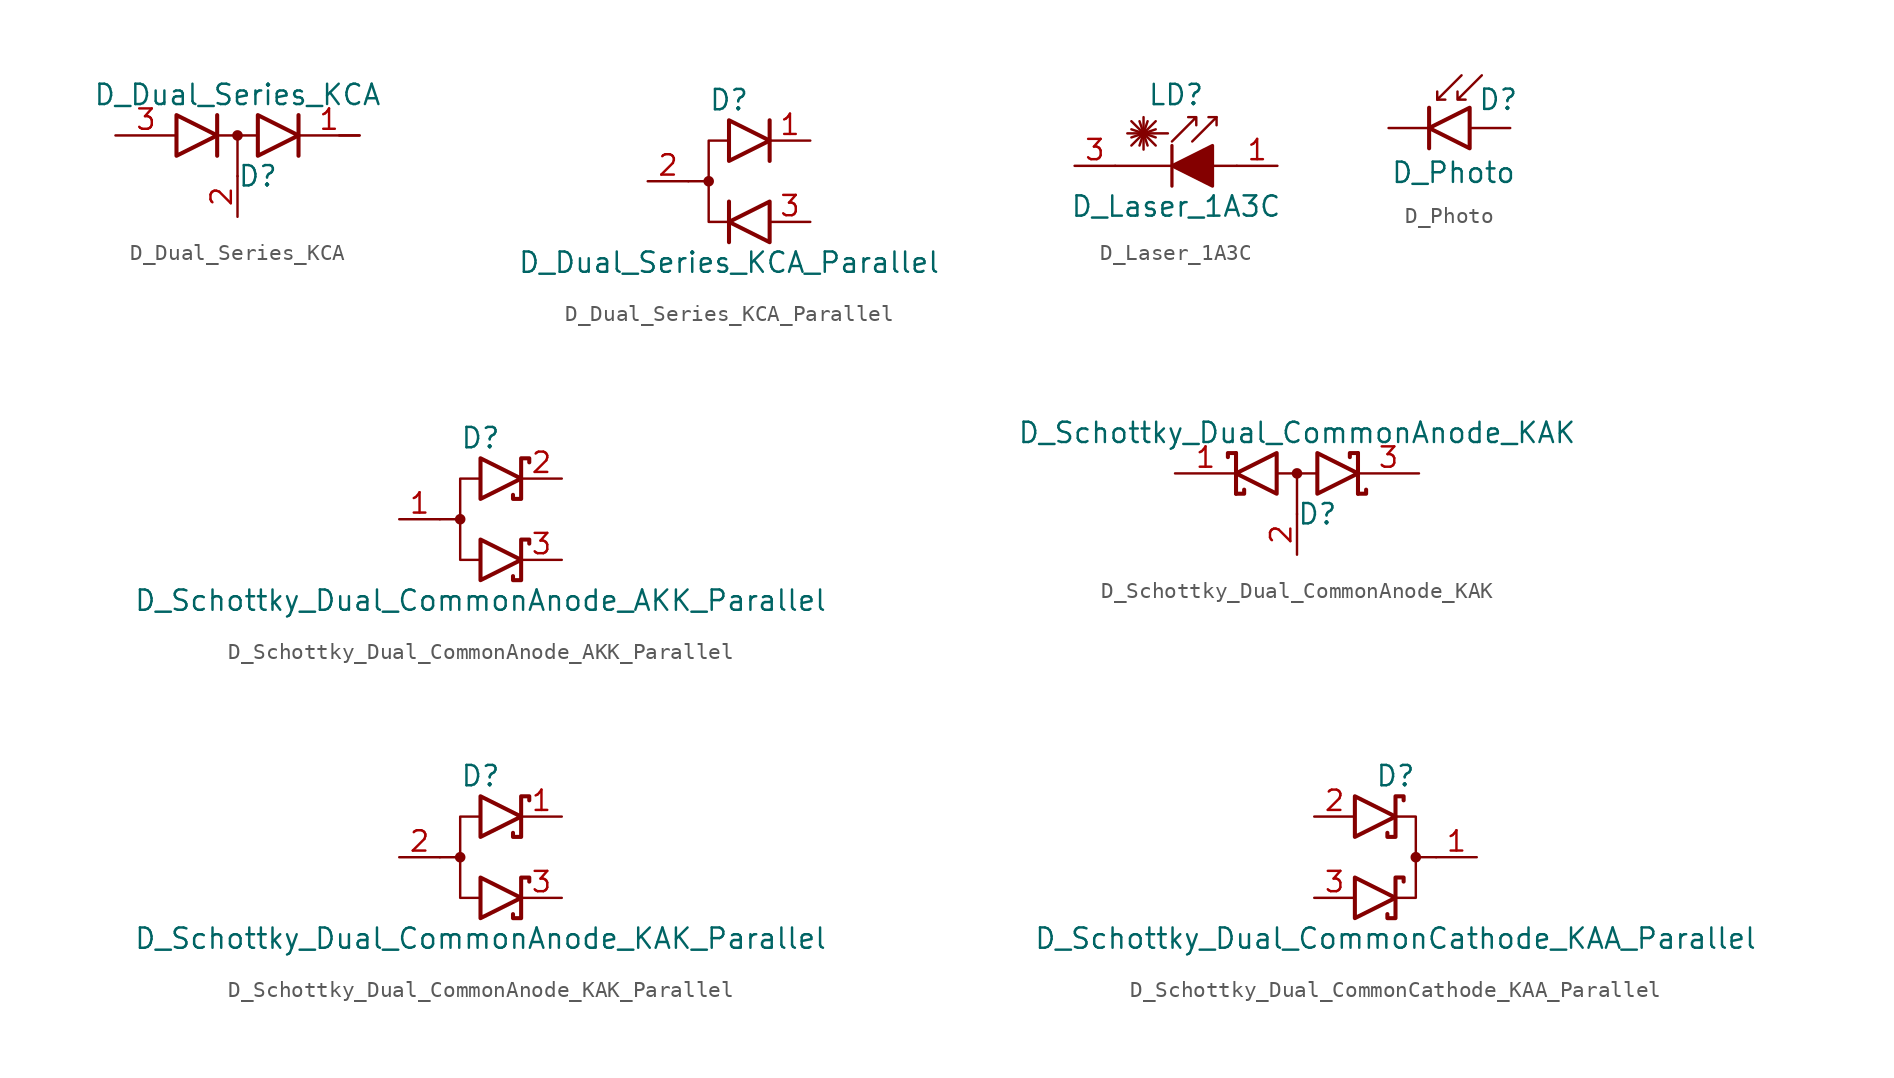
<source format=kicad_sym>
(kicad_symbol_lib
  (version 20241209)
  (generator "kicad_symbol_editor")
  (generator_version "9.0")
  (symbol "D_Dual_Series_KCA"
    (pin_names
      (offset 0.762)
      (hide yes))
    (property "Reference" "D"
      (at 1.27 -2.54 0)
      (effects (font (size 1.27 1.27))))
    (property "Value" "D_Dual_Series_KCA"
      (at 0 2.54 0)
      (effects (font (size 1.27 1.27))))
    (symbol "D_Dual_Series_KCA_0_1"
      (polyline (pts (xy -3.81 1.27) (xy -1.27 0) (xy -3.81 -1.27) (xy -3.81 1.27) (xy -3.81 1.27) (xy -3.81 1.27)) (stroke (width 0.254) (type default)) (fill (type none)))
      (polyline (pts (xy -1.27 -1.27) (xy -1.27 1.27) (xy -1.27 1.27)) (stroke (width 0.254) (type default)) (fill (type none)))
      (polyline (pts (xy 0 0) (xy 0 -2.54)) (stroke (width 0) (type default)) (fill (type none)))
      (circle (center 0 0) (radius 0.254) (stroke (width 0) (type default)) (fill (type outline)))
      (polyline (pts (xy 1.27 1.27) (xy 3.81 0) (xy 1.27 -1.27) (xy 1.27 1.27) (xy 1.27 1.27) (xy 1.27 1.27)) (stroke (width 0.254) (type default)) (fill (type none)))
      (polyline (pts (xy 1.27 0) (xy -1.27 0)) (stroke (width 0) (type default)) (fill (type none)))
      (polyline (pts (xy 3.81 1.27) (xy 3.81 -1.27) (xy 3.81 -1.27)) (stroke (width 0.254) (type default)) (fill (type none)))
      (polyline (pts (xy 6.35 0) (xy 7.62 0)) (stroke (width 0) (type default)) (fill (type none)))
      (pin passive line (at -7.62 0 0) (length 3.81) (name "A" (effects (font (size 1.27 1.27)))) (number "3" (effects (font (size 1.27 1.27)))))
      (pin passive line (at 0 -5.08 90) (length 2.54) (name "common" (effects (font (size 1.27 1.27)))) (number "2" (effects (font (size 1.27 1.27)))))
      (pin passive line (at 7.62 0 180) (length 3.81) (name "K" (effects (font (size 1.27 1.27)))) (number "1" (effects (font (size 1.27 1.27)))))))
  (symbol "D_Dual_Series_KCA_Parallel"
    (pin_names
      (offset 0.762)
      (hide yes))
    (property "Reference" "D"
      (at 0 5.08 0)
      (effects (font (size 1.27 1.27))))
    (property "Value" "D_Dual_Series_KCA_Parallel"
      (at 0 -5.08 0)
      (effects (font (size 1.27 1.27))))
    (symbol "D_Dual_Series_KCA_Parallel_0_0"
      (polyline (pts (xy 0 -1.27) (xy 0 -3.81)) (stroke (width 0.254) (type default)) (fill (type none)))
      (polyline (pts (xy 2.54 3.81) (xy 2.54 1.27)) (stroke (width 0.254) (type default)) (fill (type none))))
    (symbol "D_Dual_Series_KCA_Parallel_0_1"
      (circle (center -1.27 0) (radius 0.254) (stroke (width 0) (type default)) (fill (type outline)))
      (polyline (pts (xy -1.27 0) (xy -2.54 0)) (stroke (width 0) (type default)) (fill (type none)))
      (polyline (pts (xy 0 3.81) (xy 2.54 2.54) (xy 0 1.27) (xy 0 3.81) (xy 0 3.81) (xy 0 3.81)) (stroke (width 0.254) (type default)) (fill (type none)))
      (polyline (pts (xy 0 2.54) (xy -1.27 2.54) (xy -1.27 -2.54) (xy 0 -2.54)) (stroke (width 0) (type default)) (fill (type none)))
      (polyline (pts (xy 2.54 -1.27) (xy 0 -2.54) (xy 2.54 -3.81) (xy 2.54 -1.27) (xy 2.54 -1.27) (xy 2.54 -1.27)) (stroke (width 0.254) (type default)) (fill (type none)))
      (pin passive line (at -5.08 0 0) (length 2.54) (name "common" (effects (font (size 1.27 1.27)))) (number "2" (effects (font (size 1.27 1.27)))))
      (pin passive line (at 5.08 2.54 180) (length 2.54) (name "K" (effects (font (size 1.27 1.27)))) (number "1" (effects (font (size 1.27 1.27)))))
      (pin passive line (at 5.08 -2.54 180) (length 2.54) (name "A" (effects (font (size 1.27 1.27)))) (number "3" (effects (font (size 1.27 1.27)))))))
  (symbol "D_Laser_1A3C"
    (pin_names
      (offset 1.016)
      (hide yes))
    (property "Reference" "LD"
      (at -1.27 4.445 0)
      (effects (font (size 1.27 1.27))))
    (property "Value" "D_Laser_1A3C"
      (at -1.27 -2.54 0)
      (effects (font (size 1.27 1.27))))
    (symbol "D_Laser_1A3C_0_1"
      (polyline (pts (xy -4.064 2.794) (xy -2.54 1.27)) (stroke (width 0) (type default)) (fill (type none)))
      (polyline (pts (xy -4.064 2.286) (xy -2.54 1.778)) (stroke (width 0) (type default)) (fill (type none)))
      (polyline (pts (xy -4.064 1.778) (xy -2.54 2.286)) (stroke (width 0) (type default)) (fill (type none)))
      (polyline (pts (xy -4.064 1.27) (xy -2.54 2.794)) (stroke (width 0) (type default)) (fill (type none)))
      (polyline (pts (xy -3.556 2.794) (xy -3.048 1.27)) (stroke (width 0) (type default)) (fill (type none)))
      (polyline (pts (xy -3.302 2.032) (xy -3.302 3.048)) (stroke (width 0) (type default)) (fill (type none)))
      (polyline (pts (xy -3.302 2.032) (xy -3.302 1.016)) (stroke (width 0) (type default)) (fill (type none)))
      (polyline (pts (xy -3.048 2.794) (xy -3.556 1.27)) (stroke (width 0) (type default)) (fill (type none)))
      (polyline (pts (xy -1.778 2.032) (xy -4.318 2.032)) (stroke (width 0) (type default)) (fill (type none)))
      (polyline (pts (xy -1.524 1.524) (xy 0 3.048) (xy 0 2.54) (xy 0 3.048) (xy -0.508 3.048)) (stroke (width 0) (type default)) (fill (type none)))
      (polyline (pts (xy -1.524 1.27) (xy -1.524 -1.27)) (stroke (width 0.203) (type default)) (fill (type none)))
      (polyline (pts (xy -0.254 1.524) (xy 1.27 3.048) (xy 1.27 2.54)) (stroke (width 0) (type default)) (fill (type none)))
      (polyline (pts (xy 1.27 3.048) (xy 0.762 3.048)) (stroke (width 0) (type default)) (fill (type none)))
      (polyline (pts (xy 2.54 0) (xy -5.08 0)) (stroke (width 0) (type default)) (fill (type none))))
    (symbol "D_Laser_1A3C_1_1"
      (polyline (pts (xy 1.016 1.27) (xy 1.016 -1.27) (xy -1.524 0) (xy 1.016 1.27)) (stroke (width 0.203) (type solid)) (fill (type outline)))
      (pin passive line (at -7.62 0 0) (length 2.54) (name "K" (effects (font (size 1.27 1.27)))) (number "3" (effects (font (size 1.27 1.27)))))
      (pin passive line (at 5.08 0 180) (length 2.54) (name "A" (effects (font (size 1.27 1.27)))) (number "1" (effects (font (size 1.27 1.27)))))))
  (symbol "D_Photo"
    (pin_numbers
      (hide yes))
    (pin_names
      (hide yes))
    (property "Reference" "D"
      (at 0.508 1.778 0)
      (effects (font (size 1.27 1.27)) (justify left)))
    (property "Value" "D_Photo"
      (at -1.016 -2.794 0)
      (effects (font (size 1.27 1.27))))
    (symbol "D_Photo_0_1"
      (polyline (pts (xy -2.54 1.27) (xy -2.54 -1.27)) (stroke (width 0.254) (type default)) (fill (type none)))
      (polyline (pts (xy -2.032 1.778) (xy -1.524 1.778)) (stroke (width 0) (type default)) (fill (type none)))
      (polyline (pts (xy -0.508 3.302) (xy -2.032 1.778) (xy -2.032 2.286)) (stroke (width 0) (type default)) (fill (type none)))
      (polyline (pts (xy 0 -1.27) (xy 0 1.27) (xy -2.54 0) (xy 0 -1.27)) (stroke (width 0.254) (type default)) (fill (type none)))
      (polyline (pts (xy 0.762 3.302) (xy -0.762 1.778) (xy -0.762 2.286) (xy -0.762 1.778) (xy -0.254 1.778)) (stroke (width 0) (type default)) (fill (type none))))
    (symbol "D_Photo_1_1"
      (pin passive line (at -5.08 0 0) (length 2.54) (name "K" (effects (font (size 1.27 1.27)))) (number "1" (effects (font (size 1.27 1.27)))))
      (pin passive line (at 2.54 0 180) (length 2.54) (name "A" (effects (font (size 1.27 1.27)))) (number "2" (effects (font (size 1.27 1.27)))))))
  (symbol "D_Schottky_Dual_CommonAnode_AKK_Parallel"
    (pin_names
      (offset 0.762)
      (hide yes))
    (property "Reference" "D"
      (at 0 5.08 0)
      (effects (font (size 1.27 1.27))))
    (property "Value" "D_Schottky_Dual_CommonAnode_AKK_Parallel"
      (at 0 -5.08 0)
      (effects (font (size 1.27 1.27))))
    (symbol "D_Schottky_Dual_CommonAnode_AKK_Parallel_0_1"
      (circle (center -1.27 0) (radius 0.254) (stroke (width 0) (type default)) (fill (type outline)))
      (polyline (pts (xy -1.27 0) (xy -2.54 0)) (stroke (width 0) (type default)) (fill (type none)))
      (polyline (pts (xy 0 3.81) (xy 2.54 2.54) (xy 0 1.27) (xy 0 3.81) (xy 0 3.81) (xy 0 3.81)) (stroke (width 0.254) (type default)) (fill (type none)))
      (polyline (pts (xy 0 2.54) (xy -1.27 2.54) (xy -1.27 -2.54) (xy 0 -2.54)) (stroke (width 0) (type default)) (fill (type none)))
      (polyline (pts (xy 0 -1.27) (xy 2.54 -2.54) (xy 0 -3.81) (xy 0 -1.27) (xy 0 -1.27) (xy 0 -1.27)) (stroke (width 0.254) (type default)) (fill (type none)))
      (polyline (pts (xy 3.048 3.556) (xy 3.048 3.81) (xy 2.54 3.81) (xy 2.54 1.27) (xy 2.032 1.27) (xy 2.032 1.524)) (stroke (width 0.254) (type default)) (fill (type none)))
      (polyline (pts (xy 3.048 -1.524) (xy 3.048 -1.27) (xy 2.54 -1.27) (xy 2.54 -3.81) (xy 2.032 -3.81) (xy 2.032 -3.556)) (stroke (width 0.254) (type default)) (fill (type none)))
      (pin passive line (at -5.08 0 0) (length 2.54) (name "A" (effects (font (size 1.27 1.27)))) (number "1" (effects (font (size 1.27 1.27)))))
      (pin passive line (at 5.08 2.54 180) (length 2.54) (name "K" (effects (font (size 1.27 1.27)))) (number "2" (effects (font (size 1.27 1.27)))))
      (pin passive line (at 5.08 -2.54 180) (length 2.54) (name "K" (effects (font (size 1.27 1.27)))) (number "3" (effects (font (size 1.27 1.27)))))))
  (symbol "D_Schottky_Dual_CommonAnode_KAK"
    (pin_names
      (offset 0.762)
      (hide yes))
    (property "Reference" "D"
      (at 1.27 -2.54 0)
      (effects (font (size 1.27 1.27))))
    (property "Value" "D_Schottky_Dual_CommonAnode_KAK"
      (at 0 2.54 0)
      (effects (font (size 1.27 1.27))))
    (symbol "D_Schottky_Dual_CommonAnode_KAK_0_1"
      (polyline (pts (xy -3.81 1.27) (xy -3.81 -1.27) (xy -3.81 -1.27)) (stroke (width 0.254) (type default)) (fill (type none)))
      (polyline (pts (xy -3.81 1.27) (xy -4.318 1.27) (xy -4.318 1.016) (xy -4.318 1.016)) (stroke (width 0.254) (type default)) (fill (type none)))
      (polyline (pts (xy -3.302 -1.016) (xy -3.302 -1.27) (xy -3.81 -1.27) (xy -3.81 -1.27) (xy -3.81 -1.27)) (stroke (width 0.254) (type default)) (fill (type none)))
      (polyline (pts (xy -1.27 0) (xy 1.27 0)) (stroke (width 0) (type default)) (fill (type none)))
      (polyline (pts (xy -1.27 -1.27) (xy -3.81 0) (xy -1.27 1.27) (xy -1.27 -1.27) (xy -1.27 -1.27) (xy -1.27 -1.27)) (stroke (width 0.254) (type default)) (fill (type none)))
      (polyline (pts (xy 0 0) (xy 0 -2.54)) (stroke (width 0) (type default)) (fill (type none)))
      (circle (center 0 0) (radius 0.254) (stroke (width 0) (type default)) (fill (type outline)))
      (polyline (pts (xy 1.27 1.27) (xy 3.81 0) (xy 1.27 -1.27) (xy 1.27 1.27) (xy 1.27 1.27) (xy 1.27 1.27)) (stroke (width 0.254) (type default)) (fill (type none)))
      (polyline (pts (xy 3.81 1.27) (xy 3.81 -1.27) (xy 3.81 -1.27)) (stroke (width 0.254) (type default)) (fill (type none)))
      (polyline (pts (xy 3.81 1.27) (xy 3.302 1.27) (xy 3.302 1.016) (xy 3.302 1.016)) (stroke (width 0.254) (type default)) (fill (type none)))
      (polyline (pts (xy 3.81 -1.27) (xy 4.318 -1.27) (xy 4.318 -1.016) (xy 4.318 -1.016)) (stroke (width 0.254) (type default)) (fill (type none)))
      (pin passive line (at -7.62 0 0) (length 3.81) (name "K" (effects (font (size 1.27 1.27)))) (number "1" (effects (font (size 1.27 1.27)))))
      (pin passive line (at 0 -5.08 90) (length 2.54) (name "A" (effects (font (size 1.27 1.27)))) (number "2" (effects (font (size 1.27 1.27)))))
      (pin passive line (at 7.62 0 180) (length 3.81) (name "K" (effects (font (size 1.27 1.27)))) (number "3" (effects (font (size 1.27 1.27)))))))
  (symbol "D_Schottky_Dual_CommonAnode_KAK_Parallel"
    (pin_names
      (offset 0.762)
      (hide yes))
    (property "Reference" "D"
      (at 0 5.08 0)
      (effects (font (size 1.27 1.27))))
    (property "Value" "D_Schottky_Dual_CommonAnode_KAK_Parallel"
      (at 0 -5.08 0)
      (effects (font (size 1.27 1.27))))
    (symbol "D_Schottky_Dual_CommonAnode_KAK_Parallel_0_1"
      (circle (center -1.27 0) (radius 0.254) (stroke (width 0) (type default)) (fill (type outline)))
      (polyline (pts (xy -1.27 0) (xy -2.54 0)) (stroke (width 0) (type default)) (fill (type none)))
      (polyline (pts (xy 0 3.81) (xy 2.54 2.54) (xy 0 1.27) (xy 0 3.81) (xy 0 3.81) (xy 0 3.81)) (stroke (width 0.254) (type default)) (fill (type none)))
      (polyline (pts (xy 0 2.54) (xy -1.27 2.54) (xy -1.27 -2.54) (xy 0 -2.54)) (stroke (width 0) (type default)) (fill (type none)))
      (polyline (pts (xy 0 -1.27) (xy 2.54 -2.54) (xy 0 -3.81) (xy 0 -1.27) (xy 0 -1.27) (xy 0 -1.27)) (stroke (width 0.254) (type default)) (fill (type none)))
      (polyline (pts (xy 3.048 3.556) (xy 3.048 3.81) (xy 2.54 3.81) (xy 2.54 1.27) (xy 2.032 1.27) (xy 2.032 1.524)) (stroke (width 0.254) (type default)) (fill (type none)))
      (polyline (pts (xy 3.048 -1.524) (xy 3.048 -1.27) (xy 2.54 -1.27) (xy 2.54 -3.81) (xy 2.032 -3.81) (xy 2.032 -3.556)) (stroke (width 0.254) (type default)) (fill (type none)))
      (pin passive line (at -5.08 0 0) (length 2.54) (name "A" (effects (font (size 1.27 1.27)))) (number "2" (effects (font (size 1.27 1.27)))))
      (pin passive line (at 5.08 2.54 180) (length 2.54) (name "K" (effects (font (size 1.27 1.27)))) (number "1" (effects (font (size 1.27 1.27)))))
      (pin passive line (at 5.08 -2.54 180) (length 2.54) (name "K" (effects (font (size 1.27 1.27)))) (number "3" (effects (font (size 1.27 1.27)))))))
  (symbol "D_Schottky_Dual_CommonCathode_KAA_Parallel"
    (pin_names
      (offset 0.762)
      (hide yes))
    (property "Reference" "D"
      (at 0 5.08 0)
      (effects (font (size 1.27 1.27))))
    (property "Value" "D_Schottky_Dual_CommonCathode_KAA_Parallel"
      (at 0 -5.08 0)
      (effects (font (size 1.27 1.27))))
    (symbol "D_Schottky_Dual_CommonCathode_KAA_Parallel_0_1"
      (polyline (pts (xy -2.54 3.81) (xy 0 2.54) (xy -2.54 1.27) (xy -2.54 3.81) (xy -2.54 3.81) (xy -2.54 3.81)) (stroke (width 0.254) (type default)) (fill (type none)))
      (polyline (pts (xy -2.54 -1.27) (xy 0 -2.54) (xy -2.54 -3.81) (xy -2.54 -1.27) (xy -2.54 -1.27) (xy -2.54 -1.27)) (stroke (width 0.254) (type default)) (fill (type none)))
      (polyline (pts (xy 0 -2.54) (xy 1.27 -2.54) (xy 1.27 2.54) (xy 0 2.54)) (stroke (width 0) (type default)) (fill (type none)))
      (polyline (pts (xy 0.508 3.556) (xy 0.508 3.81) (xy 0 3.81) (xy 0 1.27) (xy -0.508 1.27) (xy -0.508 1.524)) (stroke (width 0.254) (type default)) (fill (type none)))
      (polyline (pts (xy 0.508 -1.524) (xy 0.508 -1.27) (xy 0 -1.27) (xy 0 -3.81) (xy -0.508 -3.81) (xy -0.508 -3.556)) (stroke (width 0.254) (type default)) (fill (type none)))
      (polyline (pts (xy 1.27 0) (xy 2.54 0)) (stroke (width 0) (type default)) (fill (type none)))
      (circle (center 1.27 0) (radius 0.254) (stroke (width 0) (type default)) (fill (type outline)))
      (pin passive line (at -5.08 2.54 0) (length 2.54) (name "K" (effects (font (size 1.27 1.27)))) (number "2" (effects (font (size 1.27 1.27)))))
      (pin passive line (at -5.08 -2.54 0) (length 2.54) (name "K" (effects (font (size 1.27 1.27)))) (number "3" (effects (font (size 1.27 1.27)))))
      (pin passive line (at 5.08 0 180) (length 2.54) (name "A" (effects (font (size 1.27 1.27)))) (number "1" (effects (font (size 1.27 1.27))))))))
</source>
